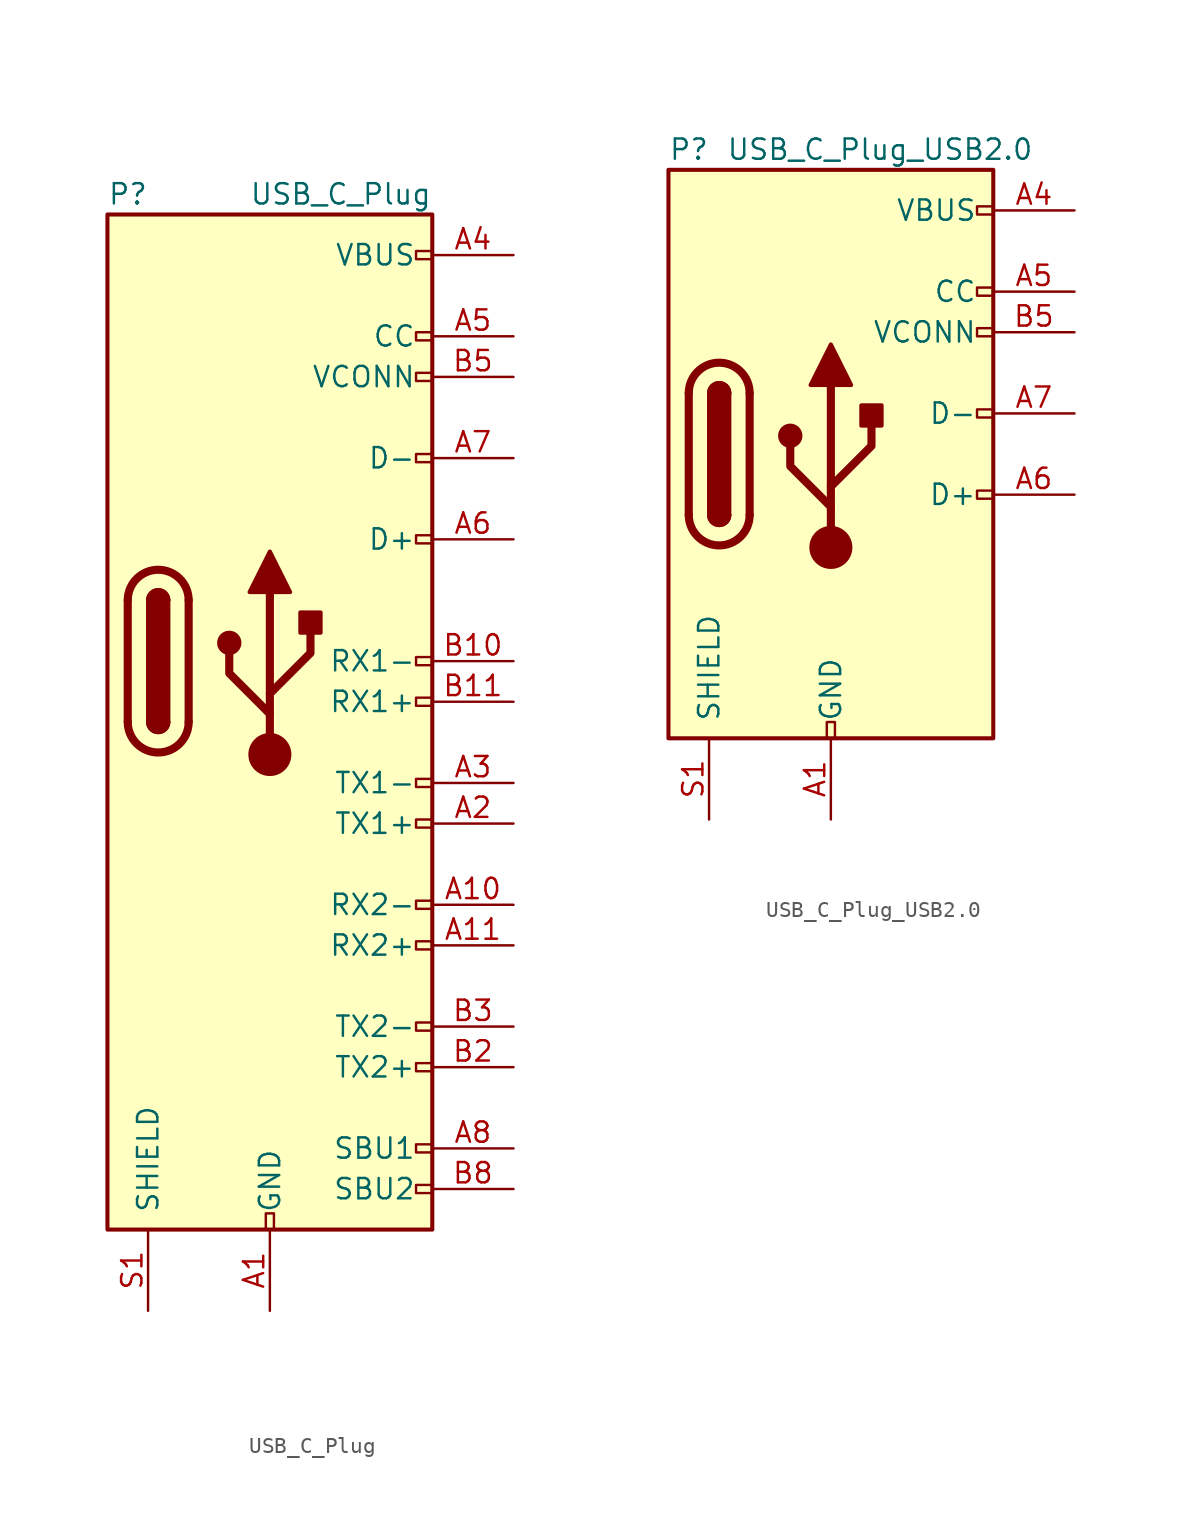
<source format=kicad_sym>
(kicad_symbol_lib
  (version 20211014)
  (generator kicad_symbol_editor)
  (symbol "USB_C_Plug"
    (pin_names
      (offset 1.016))
    (property "Reference" "P"
      (at -10.16 29.21 0)
      (effects (font (size 1.27 1.27)) (justify left)))
    (property "Value" "USB_C_Plug"
      (at 10.16 29.21 0)
      (effects (font (size 1.27 1.27)) (justify right)))
    (symbol "USB_C_Plug_0_0"
      (rectangle (start -0.254 -35.56) (end 0.254 -34.544) (stroke (width 0) (type default) (color 0 0 0 0)) (fill (type none)))
      (rectangle (start 10.16 -32.766) (end 9.144 -33.274) (stroke (width 0) (type default) (color 0 0 0 0)) (fill (type none)))
      (rectangle (start 10.16 -30.226) (end 9.144 -30.734) (stroke (width 0) (type default) (color 0 0 0 0)) (fill (type none)))
      (rectangle (start 10.16 -25.146) (end 9.144 -25.654) (stroke (width 0) (type default) (color 0 0 0 0)) (fill (type none)))
      (rectangle (start 10.16 -22.606) (end 9.144 -23.114) (stroke (width 0) (type default) (color 0 0 0 0)) (fill (type none)))
      (rectangle (start 10.16 -17.526) (end 9.144 -18.034) (stroke (width 0) (type default) (color 0 0 0 0)) (fill (type none)))
      (rectangle (start 10.16 -14.986) (end 9.144 -15.494) (stroke (width 0) (type default) (color 0 0 0 0)) (fill (type none)))
      (rectangle (start 10.16 -9.906) (end 9.144 -10.414) (stroke (width 0) (type default) (color 0 0 0 0)) (fill (type none)))
      (rectangle (start 10.16 -7.366) (end 9.144 -7.874) (stroke (width 0) (type default) (color 0 0 0 0)) (fill (type none)))
      (rectangle (start 10.16 -2.286) (end 9.144 -2.794) (stroke (width 0) (type default) (color 0 0 0 0)) (fill (type none)))
      (rectangle (start 10.16 0.254) (end 9.144 -0.254) (stroke (width 0) (type default) (color 0 0 0 0)) (fill (type none)))
      (rectangle (start 10.16 7.874) (end 9.144 7.366) (stroke (width 0) (type default) (color 0 0 0 0)) (fill (type none)))
      (rectangle (start 10.16 12.954) (end 9.144 12.446) (stroke (width 0) (type default) (color 0 0 0 0)) (fill (type none)))
      (rectangle (start 10.16 18.034) (end 9.144 17.526) (stroke (width 0) (type default) (color 0 0 0 0)) (fill (type none)))
      (rectangle (start 10.16 20.574) (end 9.144 20.066) (stroke (width 0) (type default) (color 0 0 0 0)) (fill (type none)))
      (rectangle (start 10.16 25.654) (end 9.144 25.146) (stroke (width 0) (type default) (color 0 0 0 0)) (fill (type none))))
    (symbol "USB_C_Plug_0_1"
      (rectangle (start -10.16 27.94) (end 10.16 -35.56) (stroke (width 0.254) (type default) (color 0 0 0 0)) (fill (type background)))
      (arc (start -8.89 -3.81) (mid -6.985 -5.715) (end -5.08 -3.81) (stroke (width 0.508) (type default) (color 0 0 0 0)) (fill (type none)))
      (arc (start -7.62 -3.81) (mid -6.985 -4.445) (end -6.35 -3.81) (stroke (width 0.254) (type default) (color 0 0 0 0)) (fill (type none)))
      (arc (start -7.62 -3.81) (mid -6.985 -4.445) (end -6.35 -3.81) (stroke (width 0.254) (type default) (color 0 0 0 0)) (fill (type outline)))
      (rectangle (start -7.62 -3.81) (end -6.35 3.81) (stroke (width 0.254) (type default) (color 0 0 0 0)) (fill (type outline)))
      (arc (start -6.35 3.81) (mid -6.985 4.445) (end -7.62 3.81) (stroke (width 0.254) (type default) (color 0 0 0 0)) (fill (type none)))
      (arc (start -6.35 3.81) (mid -6.985 4.445) (end -7.62 3.81) (stroke (width 0.254) (type default) (color 0 0 0 0)) (fill (type outline)))
      (arc (start -5.08 3.81) (mid -6.985 5.715) (end -8.89 3.81) (stroke (width 0.508) (type default) (color 0 0 0 0)) (fill (type none)))
      (polyline (pts (xy -8.89 -3.81) (xy -8.89 3.81)) (stroke (width 0.508) (type default) (color 0 0 0 0)) (fill (type none)))
      (polyline (pts (xy -5.08 3.81) (xy -5.08 -3.81)) (stroke (width 0.508) (type default) (color 0 0 0 0)) (fill (type none))))
    (symbol "USB_C_Plug_1_1"
      (circle (center -2.54 1.143) (radius 0.635) (stroke (width 0.254) (type default) (color 0 0 0 0)) (fill (type outline)))
      (circle (center 0 -5.842) (radius 1.27) (stroke (width 0) (type default) (color 0 0 0 0)) (fill (type outline)))
      (polyline (pts (xy 0 -5.842) (xy 0 4.318)) (stroke (width 0.508) (type default) (color 0 0 0 0)) (fill (type none)))
      (polyline (pts (xy 0 -3.302) (xy -2.54 -0.762) (xy -2.54 0.508)) (stroke (width 0.508) (type default) (color 0 0 0 0)) (fill (type none)))
      (polyline (pts (xy 0 -2.032) (xy 2.54 0.508) (xy 2.54 1.778)) (stroke (width 0.508) (type default) (color 0 0 0 0)) (fill (type none)))
      (polyline (pts (xy -1.27 4.318) (xy 0 6.858) (xy 1.27 4.318) (xy -1.27 4.318)) (stroke (width 0.254) (type default) (color 0 0 0 0)) (fill (type outline)))
      (rectangle (start 1.905 1.778) (end 3.175 3.048) (stroke (width 0.254) (type default) (color 0 0 0 0)) (fill (type outline)))
      (pin passive line (at 0 -40.64 90) (length 5.08) (name "GND" (effects (font (size 1.27 1.27)))) (number "A1" (effects (font (size 1.27 1.27)))))
      (pin bidirectional line (at 15.24 -15.24 180) (length 5.08) (name "RX2-" (effects (font (size 1.27 1.27)))) (number "A10" (effects (font (size 1.27 1.27)))))
      (pin bidirectional line (at 15.24 -17.78 180) (length 5.08) (name "RX2+" (effects (font (size 1.27 1.27)))) (number "A11" (effects (font (size 1.27 1.27)))))
      (pin passive line (at 0 -40.64 90) (length 5.08) hide (name "GND" (effects (font (size 1.27 1.27)))) (number "A12" (effects (font (size 1.27 1.27)))))
      (pin bidirectional line (at 15.24 -10.16 180) (length 5.08) (name "TX1+" (effects (font (size 1.27 1.27)))) (number "A2" (effects (font (size 1.27 1.27)))))
      (pin bidirectional line (at 15.24 -7.62 180) (length 5.08) (name "TX1-" (effects (font (size 1.27 1.27)))) (number "A3" (effects (font (size 1.27 1.27)))))
      (pin passive line (at 15.24 25.4 180) (length 5.08) (name "VBUS" (effects (font (size 1.27 1.27)))) (number "A4" (effects (font (size 1.27 1.27)))))
      (pin bidirectional line (at 15.24 20.32 180) (length 5.08) (name "CC" (effects (font (size 1.27 1.27)))) (number "A5" (effects (font (size 1.27 1.27)))))
      (pin bidirectional line (at 15.24 7.62 180) (length 5.08) (name "D+" (effects (font (size 1.27 1.27)))) (number "A6" (effects (font (size 1.27 1.27)))))
      (pin bidirectional line (at 15.24 12.7 180) (length 5.08) (name "D-" (effects (font (size 1.27 1.27)))) (number "A7" (effects (font (size 1.27 1.27)))))
      (pin bidirectional line (at 15.24 -30.48 180) (length 5.08) (name "SBU1" (effects (font (size 1.27 1.27)))) (number "A8" (effects (font (size 1.27 1.27)))))
      (pin passive line (at 15.24 25.4 180) (length 5.08) hide (name "VBUS" (effects (font (size 1.27 1.27)))) (number "A9" (effects (font (size 1.27 1.27)))))
      (pin passive line (at 0 -40.64 90) (length 5.08) hide (name "GND" (effects (font (size 1.27 1.27)))) (number "B1" (effects (font (size 1.27 1.27)))))
      (pin bidirectional line (at 15.24 0 180) (length 5.08) (name "RX1-" (effects (font (size 1.27 1.27)))) (number "B10" (effects (font (size 1.27 1.27)))))
      (pin bidirectional line (at 15.24 -2.54 180) (length 5.08) (name "RX1+" (effects (font (size 1.27 1.27)))) (number "B11" (effects (font (size 1.27 1.27)))))
      (pin passive line (at 0 -40.64 90) (length 5.08) hide (name "GND" (effects (font (size 1.27 1.27)))) (number "B12" (effects (font (size 1.27 1.27)))))
      (pin bidirectional line (at 15.24 -25.4 180) (length 5.08) (name "TX2+" (effects (font (size 1.27 1.27)))) (number "B2" (effects (font (size 1.27 1.27)))))
      (pin bidirectional line (at 15.24 -22.86 180) (length 5.08) (name "TX2-" (effects (font (size 1.27 1.27)))) (number "B3" (effects (font (size 1.27 1.27)))))
      (pin passive line (at 15.24 25.4 180) (length 5.08) hide (name "VBUS" (effects (font (size 1.27 1.27)))) (number "B4" (effects (font (size 1.27 1.27)))))
      (pin bidirectional line (at 15.24 17.78 180) (length 5.08) (name "VCONN" (effects (font (size 1.27 1.27)))) (number "B5" (effects (font (size 1.27 1.27)))))
      (pin bidirectional line (at 15.24 -33.02 180) (length 5.08) (name "SBU2" (effects (font (size 1.27 1.27)))) (number "B8" (effects (font (size 1.27 1.27)))))
      (pin passive line (at 15.24 25.4 180) (length 5.08) hide (name "VBUS" (effects (font (size 1.27 1.27)))) (number "B9" (effects (font (size 1.27 1.27)))))
      (pin passive line (at -7.62 -40.64 90) (length 5.08) (name "SHIELD" (effects (font (size 1.27 1.27)))) (number "S1" (effects (font (size 1.27 1.27)))))))
  (symbol "USB_C_Plug_USB2.0"
    (pin_names
      (offset 1.016))
    (property "Reference" "P"
      (at -10.16 19.05 0)
      (effects (font (size 1.27 1.27)) (justify left)))
    (property "Value" "USB_C_Plug_USB2.0"
      (at 12.7 19.05 0)
      (effects (font (size 1.27 1.27)) (justify right)))
    (symbol "USB_C_Plug_USB2.0_0_0"
      (rectangle (start -0.254 -17.78) (end 0.254 -16.764) (stroke (width 0) (type default) (color 0 0 0 0)) (fill (type none)))
      (rectangle (start 10.16 -2.286) (end 9.144 -2.794) (stroke (width 0) (type default) (color 0 0 0 0)) (fill (type none)))
      (rectangle (start 10.16 2.794) (end 9.144 2.286) (stroke (width 0) (type default) (color 0 0 0 0)) (fill (type none)))
      (rectangle (start 10.16 7.874) (end 9.144 7.366) (stroke (width 0) (type default) (color 0 0 0 0)) (fill (type none)))
      (rectangle (start 10.16 10.414) (end 9.144 9.906) (stroke (width 0) (type default) (color 0 0 0 0)) (fill (type none)))
      (rectangle (start 10.16 15.494) (end 9.144 14.986) (stroke (width 0) (type default) (color 0 0 0 0)) (fill (type none))))
    (symbol "USB_C_Plug_USB2.0_0_1"
      (rectangle (start -10.16 17.78) (end 10.16 -17.78) (stroke (width 0.254) (type default) (color 0 0 0 0)) (fill (type background)))
      (arc (start -8.89 -3.81) (mid -6.985 -5.715) (end -5.08 -3.81) (stroke (width 0.508) (type default) (color 0 0 0 0)) (fill (type none)))
      (arc (start -7.62 -3.81) (mid -6.985 -4.445) (end -6.35 -3.81) (stroke (width 0.254) (type default) (color 0 0 0 0)) (fill (type none)))
      (arc (start -7.62 -3.81) (mid -6.985 -4.445) (end -6.35 -3.81) (stroke (width 0.254) (type default) (color 0 0 0 0)) (fill (type outline)))
      (rectangle (start -7.62 -3.81) (end -6.35 3.81) (stroke (width 0.254) (type default) (color 0 0 0 0)) (fill (type outline)))
      (arc (start -6.35 3.81) (mid -6.985 4.445) (end -7.62 3.81) (stroke (width 0.254) (type default) (color 0 0 0 0)) (fill (type none)))
      (arc (start -6.35 3.81) (mid -6.985 4.445) (end -7.62 3.81) (stroke (width 0.254) (type default) (color 0 0 0 0)) (fill (type outline)))
      (arc (start -5.08 3.81) (mid -6.985 5.715) (end -8.89 3.81) (stroke (width 0.508) (type default) (color 0 0 0 0)) (fill (type none)))
      (circle (center -2.54 1.143) (radius 0.635) (stroke (width 0.254) (type default) (color 0 0 0 0)) (fill (type outline)))
      (circle (center 0 -5.842) (radius 1.27) (stroke (width 0) (type default) (color 0 0 0 0)) (fill (type outline)))
      (polyline (pts (xy -8.89 -3.81) (xy -8.89 3.81)) (stroke (width 0.508) (type default) (color 0 0 0 0)) (fill (type none)))
      (polyline (pts (xy -5.08 3.81) (xy -5.08 -3.81)) (stroke (width 0.508) (type default) (color 0 0 0 0)) (fill (type none)))
      (polyline (pts (xy 0 -5.842) (xy 0 4.318)) (stroke (width 0.508) (type default) (color 0 0 0 0)) (fill (type none)))
      (polyline (pts (xy 0 -3.302) (xy -2.54 -0.762) (xy -2.54 0.508)) (stroke (width 0.508) (type default) (color 0 0 0 0)) (fill (type none)))
      (polyline (pts (xy 0 -2.032) (xy 2.54 0.508) (xy 2.54 1.778)) (stroke (width 0.508) (type default) (color 0 0 0 0)) (fill (type none)))
      (polyline (pts (xy -1.27 4.318) (xy 0 6.858) (xy 1.27 4.318) (xy -1.27 4.318)) (stroke (width 0.254) (type default) (color 0 0 0 0)) (fill (type outline)))
      (rectangle (start 1.905 1.778) (end 3.175 3.048) (stroke (width 0.254) (type default) (color 0 0 0 0)) (fill (type outline))))
    (symbol "USB_C_Plug_USB2.0_1_1"
      (pin passive line (at 0 -22.86 90) (length 5.08) (name "GND" (effects (font (size 1.27 1.27)))) (number "A1" (effects (font (size 1.27 1.27)))))
      (pin passive line (at 0 -22.86 90) (length 5.08) hide (name "GND" (effects (font (size 1.27 1.27)))) (number "A12" (effects (font (size 1.27 1.27)))))
      (pin passive line (at 15.24 15.24 180) (length 5.08) (name "VBUS" (effects (font (size 1.27 1.27)))) (number "A4" (effects (font (size 1.27 1.27)))))
      (pin bidirectional line (at 15.24 10.16 180) (length 5.08) (name "CC" (effects (font (size 1.27 1.27)))) (number "A5" (effects (font (size 1.27 1.27)))))
      (pin bidirectional line (at 15.24 -2.54 180) (length 5.08) (name "D+" (effects (font (size 1.27 1.27)))) (number "A6" (effects (font (size 1.27 1.27)))))
      (pin bidirectional line (at 15.24 2.54 180) (length 5.08) (name "D-" (effects (font (size 1.27 1.27)))) (number "A7" (effects (font (size 1.27 1.27)))))
      (pin passive line (at 15.24 15.24 180) (length 5.08) hide (name "VBUS" (effects (font (size 1.27 1.27)))) (number "A9" (effects (font (size 1.27 1.27)))))
      (pin passive line (at 0 -22.86 90) (length 5.08) hide (name "GND" (effects (font (size 1.27 1.27)))) (number "B1" (effects (font (size 1.27 1.27)))))
      (pin passive line (at 0 -22.86 90) (length 5.08) hide (name "GND" (effects (font (size 1.27 1.27)))) (number "B12" (effects (font (size 1.27 1.27)))))
      (pin passive line (at 15.24 15.24 180) (length 5.08) hide (name "VBUS" (effects (font (size 1.27 1.27)))) (number "B4" (effects (font (size 1.27 1.27)))))
      (pin bidirectional line (at 15.24 7.62 180) (length 5.08) (name "VCONN" (effects (font (size 1.27 1.27)))) (number "B5" (effects (font (size 1.27 1.27)))))
      (pin passive line (at 15.24 15.24 180) (length 5.08) hide (name "VBUS" (effects (font (size 1.27 1.27)))) (number "B9" (effects (font (size 1.27 1.27)))))
      (pin passive line (at -7.62 -22.86 90) (length 5.08) (name "SHIELD" (effects (font (size 1.27 1.27)))) (number "S1" (effects (font (size 1.27 1.27))))))))
</source>
